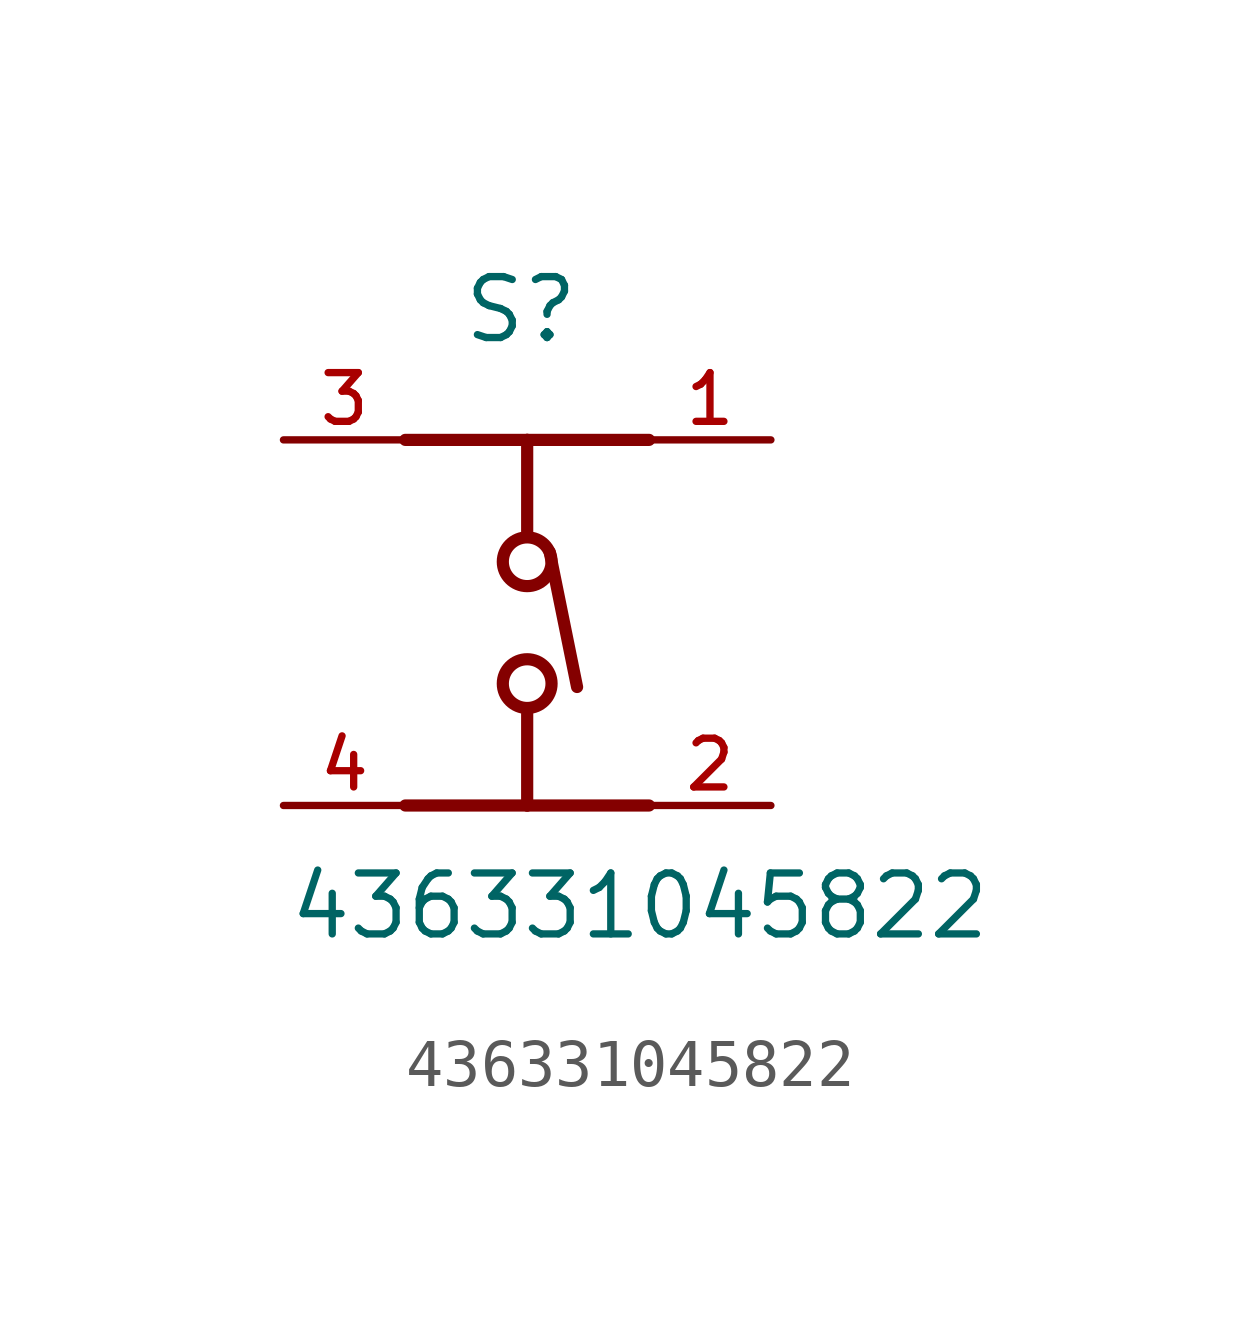
<source format=kicad_sym>
(kicad_symbol_lib
  (version 20211014)
  (generator kicad_symbol_editor)
  (symbol "436331045822"
    (pin_names
      (offset 1.016))
    (property "Reference" "S"
      (at -0.13 7.05 0)
      (effects (font (size 1.27 1.27)) (justify bottom)))
    (property "Value" "436331045822"
      (at -5.01 -5.38 0)
      (effects (font (size 1.27 1.27)) (justify bottom left)))
    (symbol "436331045822_0_0"
      (polyline (pts (xy 2.54 -2.54) (xy 0.0 -2.54)) (stroke (width 0.254)))
      (polyline (pts (xy 0.0 -2.54) (xy -2.54 -2.54)) (stroke (width 0.254)))
      (polyline (pts (xy 2.54 5.08) (xy 0.0 5.08)) (stroke (width 0.254)))
      (polyline (pts (xy 0.0 5.08) (xy -2.54 5.08)) (stroke (width 0.254)))
      (polyline (pts (xy 0.0 -2.54) (xy 0.0 -0.635)) (stroke (width 0.254)))
      (polyline (pts (xy 0.0 3.175) (xy 0.0 5.08)) (stroke (width 0.254)))
      (polyline (pts (xy 0.47 2.74) (xy 1.04 -0.07)) (stroke (width 0.254)))
      (circle (center 0.0 2.54) (radius 0.508) (stroke (width 0.254)) (fill (type none)))
      (circle (center 0.0 0.0) (radius 0.508) (stroke (width 0.254)) (fill (type none)))
      (pin passive line (at 5.08 -2.54 180.0) (length 2.54) (name "~" (effects (font (size 1.016 1.016)))) (number "2" (effects (font (size 1.016 1.016)))))
      (pin passive line (at 5.08 5.08 180.0) (length 2.54) (name "~" (effects (font (size 1.016 1.016)))) (number "1" (effects (font (size 1.016 1.016)))))
      (pin passive line (at -5.08 -2.54 0) (length 2.54) (name "~" (effects (font (size 1.016 1.016)))) (number "4" (effects (font (size 1.016 1.016)))))
      (pin passive line (at -5.08 5.08 0) (length 2.54) (name "~" (effects (font (size 1.016 1.016)))) (number "3" (effects (font (size 1.016 1.016))))))))
</source>
